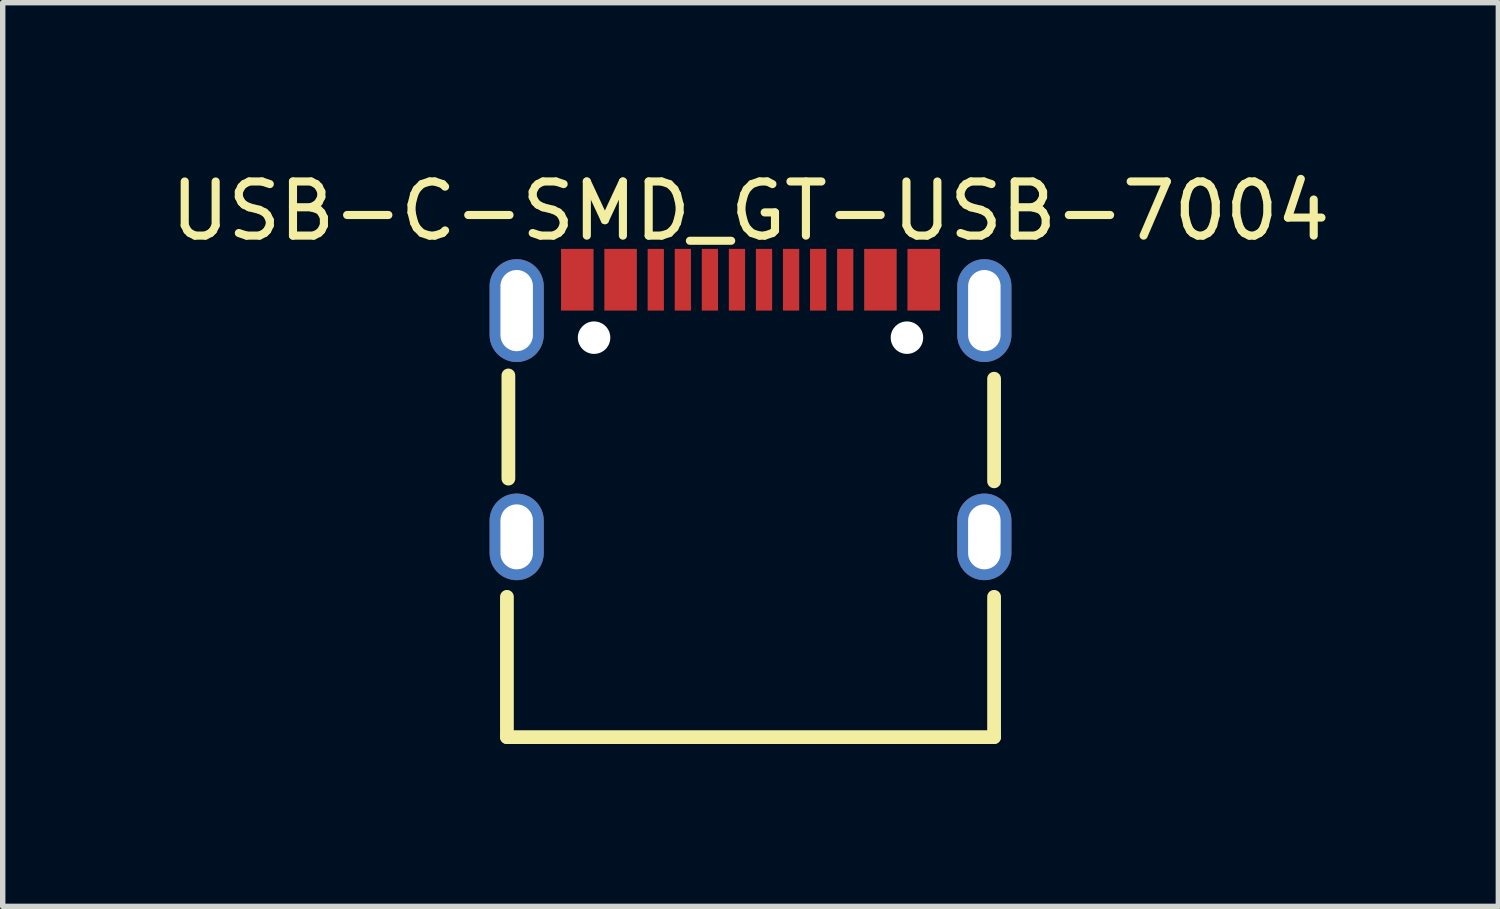
<source format=kicad_pcb>
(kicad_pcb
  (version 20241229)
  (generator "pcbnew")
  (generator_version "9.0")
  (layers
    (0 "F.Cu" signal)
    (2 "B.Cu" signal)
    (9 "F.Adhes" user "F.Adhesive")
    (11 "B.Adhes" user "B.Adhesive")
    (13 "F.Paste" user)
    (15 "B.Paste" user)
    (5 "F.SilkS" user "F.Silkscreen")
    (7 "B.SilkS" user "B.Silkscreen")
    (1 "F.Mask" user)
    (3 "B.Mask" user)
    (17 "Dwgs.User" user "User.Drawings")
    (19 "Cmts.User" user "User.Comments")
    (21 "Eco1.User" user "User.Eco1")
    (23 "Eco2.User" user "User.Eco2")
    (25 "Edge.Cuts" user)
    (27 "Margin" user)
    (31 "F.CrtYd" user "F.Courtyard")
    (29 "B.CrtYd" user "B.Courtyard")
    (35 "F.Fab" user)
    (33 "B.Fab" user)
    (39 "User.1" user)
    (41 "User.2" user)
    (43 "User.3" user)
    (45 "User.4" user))
  (footprint "USB-C-SMD_GT-USB-7004"
    (layer "F.Cu")
    (at 10.815 4.493)
    (property "Reference" "USB-C-SMD_GT-USB-7004" (at 0 -3.645 0) (layer "F.SilkS") (effects (font (size 1 1) (thickness 0.15))))
    (fp_line (start -4.5 6.075) (end -4.5 3.483) (stroke (width 0.254) (type solid)) (layer "F.SilkS"))
    (fp_line (start -4.5 6.075) (end 4.5 6.075) (stroke (width 0.254) (type solid)) (layer "F.SilkS"))
    (fp_line (start -4.473 1.299) (end -4.473 -0.607) (stroke (width 0.254) (type solid)) (layer "F.SilkS"))
    (fp_line (start 4.5 1.349) (end 4.5 -0.547) (stroke (width 0.254) (type solid)) (layer "F.SilkS"))
    (fp_line (start 4.5 6.075) (end 4.5 3.483) (stroke (width 0.254) (type solid)) (layer "F.SilkS"))
    (fp_poly (pts (xy -3.5 -2.945) (xy -2.9 -2.945) (xy -2.9 -1.805) (xy -3.5 -1.805)) (stroke (width 0) (type default)) (fill yes) (layer "F.Paste"))
    (fp_poly (pts (xy -2.7 -2.945) (xy -2.1 -2.945) (xy -2.1 -1.805) (xy -2.7 -1.805)) (stroke (width 0) (type default)) (fill yes) (layer "F.Paste"))
    (fp_poly (pts (xy -1.9 -2.945) (xy -1.6 -2.945) (xy -1.6 -1.805) (xy -1.9 -1.805)) (stroke (width 0) (type default)) (fill yes) (layer "F.Paste"))
    (fp_poly (pts (xy -1.4 -2.945) (xy -1.1 -2.945) (xy -1.1 -1.805) (xy -1.4 -1.805)) (stroke (width 0) (type default)) (fill yes) (layer "F.Paste"))
    (fp_poly (pts (xy -0.9 -2.945) (xy -0.6 -2.945) (xy -0.6 -1.805) (xy -0.9 -1.805)) (stroke (width 0) (type default)) (fill yes) (layer "F.Paste"))
    (fp_poly (pts (xy -0.4 -2.945) (xy -0.1 -2.945) (xy -0.1 -1.805) (xy -0.4 -1.805)) (stroke (width 0) (type default)) (fill yes) (layer "F.Paste"))
    (fp_poly (pts (xy 0.1 -2.945) (xy 0.4 -2.945) (xy 0.4 -1.805) (xy 0.1 -1.805)) (stroke (width 0) (type default)) (fill yes) (layer "F.Paste"))
    (fp_poly (pts (xy 0.6 -2.945) (xy 0.9 -2.945) (xy 0.9 -1.805) (xy 0.6 -1.805)) (stroke (width 0) (type default)) (fill yes) (layer "F.Paste"))
    (fp_poly (pts (xy 1.1 -2.945) (xy 1.4 -2.945) (xy 1.4 -1.805) (xy 1.1 -1.805)) (stroke (width 0) (type default)) (fill yes) (layer "F.Paste"))
    (fp_poly (pts (xy 1.6 -2.945) (xy 1.9 -2.945) (xy 1.9 -1.805) (xy 1.6 -1.805)) (stroke (width 0) (type default)) (fill yes) (layer "F.Paste"))
    (fp_poly (pts (xy 2.1 -2.945) (xy 2.7 -2.945) (xy 2.7 -1.805) (xy 2.1 -1.805)) (stroke (width 0) (type default)) (fill yes) (layer "F.Paste"))
    (fp_poly (pts (xy 2.9 -2.945) (xy 3.5 -2.945) (xy 3.5 -1.805) (xy 2.9 -1.805)) (stroke (width 0) (type default)) (fill yes) (layer "F.Paste"))
    (fp_poly (pts (xy -4.83 -2.255) (xy -4.791 -2.45) (xy -4.681 -2.616) (xy -4.515 -2.726) (xy -4.32 -2.765) (xy -4.125 -2.726) (xy -3.96 -2.616) (xy -3.849 -2.45) (xy -3.81 -2.255) (xy -3.82 -2.255) (xy -3.81 -1.355) (xy -3.849 -1.16) (xy -3.96 -0.995) (xy -4.125 -0.884) (xy -4.32 -0.845) (xy -4.515 -0.884) (xy -4.681 -0.995) (xy -4.791 -1.16) (xy -4.83 -1.355) (xy -4.82 -1.355)) (stroke (width 0) (type default)) (fill yes) (layer "F.Paste"))
    (fp_poly (pts (xy -4.83 2.075) (xy -4.791 1.88) (xy -4.681 1.715) (xy -4.515 1.604) (xy -4.32 1.565) (xy -4.125 1.604) (xy -3.96 1.715) (xy -3.849 1.88) (xy -3.81 2.075) (xy -3.82 2.075) (xy -3.81 2.675) (xy -3.849 2.87) (xy -3.96 3.036) (xy -4.125 3.146) (xy -4.32 3.185) (xy -4.515 3.146) (xy -4.681 3.036) (xy -4.791 2.87) (xy -4.83 2.675) (xy -4.82 2.675)) (stroke (width 0) (type default)) (fill yes) (layer "F.Paste"))
    (fp_poly (pts (xy 3.81 -2.255) (xy 3.849 -2.45) (xy 3.96 -2.616) (xy 4.125 -2.726) (xy 4.32 -2.765) (xy 4.515 -2.726) (xy 4.681 -2.616) (xy 4.791 -2.45) (xy 4.83 -2.255) (xy 4.82 -2.255) (xy 4.83 -1.355) (xy 4.791 -1.16) (xy 4.681 -0.995) (xy 4.515 -0.884) (xy 4.32 -0.845) (xy 4.125 -0.884) (xy 3.96 -0.995) (xy 3.849 -1.16) (xy 3.81 -1.355) (xy 3.82 -1.355)) (stroke (width 0) (type default)) (fill yes) (layer "F.Paste"))
    (fp_poly (pts (xy 3.81 2.075) (xy 3.849 1.88) (xy 3.96 1.715) (xy 4.125 1.604) (xy 4.32 1.565) (xy 4.515 1.604) (xy 4.681 1.715) (xy 4.791 1.88) (xy 4.83 2.075) (xy 4.82 2.075) (xy 4.83 2.675) (xy 4.791 2.87) (xy 4.681 3.036) (xy 4.515 3.146) (xy 4.32 3.185) (xy 4.125 3.146) (xy 3.96 3.036) (xy 3.849 2.87) (xy 3.81 2.675) (xy 3.82 2.675)) (stroke (width 0) (type default)) (fill yes) (layer "F.Paste"))
    (fp_circle (center -2.89 -1.305) (end -2.89 -1.43) (stroke (width 0.25) (type solid)) (fill no) (layer "Eco2.User"))
    (fp_circle (center 2.89 -1.305) (end 2.89 -1.43) (stroke (width 0.25) (type solid)) (fill no) (layer "Eco2.User"))
    (pad "" np_thru_hole circle (at -2.89 -1.305) (size 0.6 0.6) (drill 0.6) (layers "*.Cu" "*.Mask"))
    (pad "" np_thru_hole circle (at 2.89 -1.305) (size 0.6 0.6) (drill 0.6) (layers "*.Cu" "*.Mask"))
    (pad "1" thru_hole oval (at -4.32 -1.805) (size 1 1.9) (drill oval 0.6 1.5) (layers "*.Cu" "*.Mask"))
    (pad "2" thru_hole oval (at 4.32 -1.805) (size 1 1.9) (drill oval 0.6 1.5) (layers "*.Cu" "*.Mask"))
    (pad "3" thru_hole oval (at 4.32 2.375) (size 1 1.6) (drill oval 0.6 1.2) (layers "*.Cu" "*.Mask"))
    (pad "4" thru_hole oval (at -4.32 2.375) (size 1 1.6) (drill oval 0.6 1.2) (layers "*.Cu" "*.Mask"))
    (pad "A1B12" smd rect (at -3.2 -2.375) (size 0.6 1.14) (layers "F.Cu" "F.Mask" "F.Paste"))
    (pad "A4B9" smd rect (at -2.4 -2.375) (size 0.6 1.14) (layers "F.Cu" "F.Mask" "F.Paste"))
    (pad "A5" smd rect (at -1.25 -2.375) (size 0.3 1.14) (layers "F.Cu" "F.Mask" "F.Paste"))
    (pad "A6" smd rect (at -0.25 -2.375) (size 0.3 1.14) (layers "F.Cu" "F.Mask" "F.Paste"))
    (pad "A7" smd rect (at 0.25 -2.375) (size 0.3 1.14) (layers "F.Cu" "F.Mask" "F.Paste"))
    (pad "A8" smd rect (at 1.25 -2.375) (size 0.3 1.14) (layers "F.Cu" "F.Mask" "F.Paste"))
    (pad "B1A12" smd rect (at 3.2 -2.375) (size 0.6 1.14) (layers "F.Cu" "F.Mask" "F.Paste"))
    (pad "B4A9" smd rect (at 2.4 -2.375) (size 0.6 1.14) (layers "F.Cu" "F.Mask" "F.Paste"))
    (pad "B5" smd rect (at 1.75 -2.375) (size 0.3 1.14) (layers "F.Cu" "F.Mask" "F.Paste"))
    (pad "B6" smd rect (at 0.75 -2.375) (size 0.3 1.14) (layers "F.Cu" "F.Mask" "F.Paste"))
    (pad "B7" smd rect (at -0.75 -2.375) (size 0.3 1.14) (layers "F.Cu" "F.Mask" "F.Paste"))
    (pad "B8" smd rect (at -1.75 -2.375) (size 0.3 1.14) (layers "F.Cu" "F.Mask" "F.Paste")))
  (gr_rect
    (start -3 -3)
    (end 24.631 13.695)
    (stroke (width 0.1) (type default))
    (fill no)
    (layer "Edge.Cuts")))
</source>
